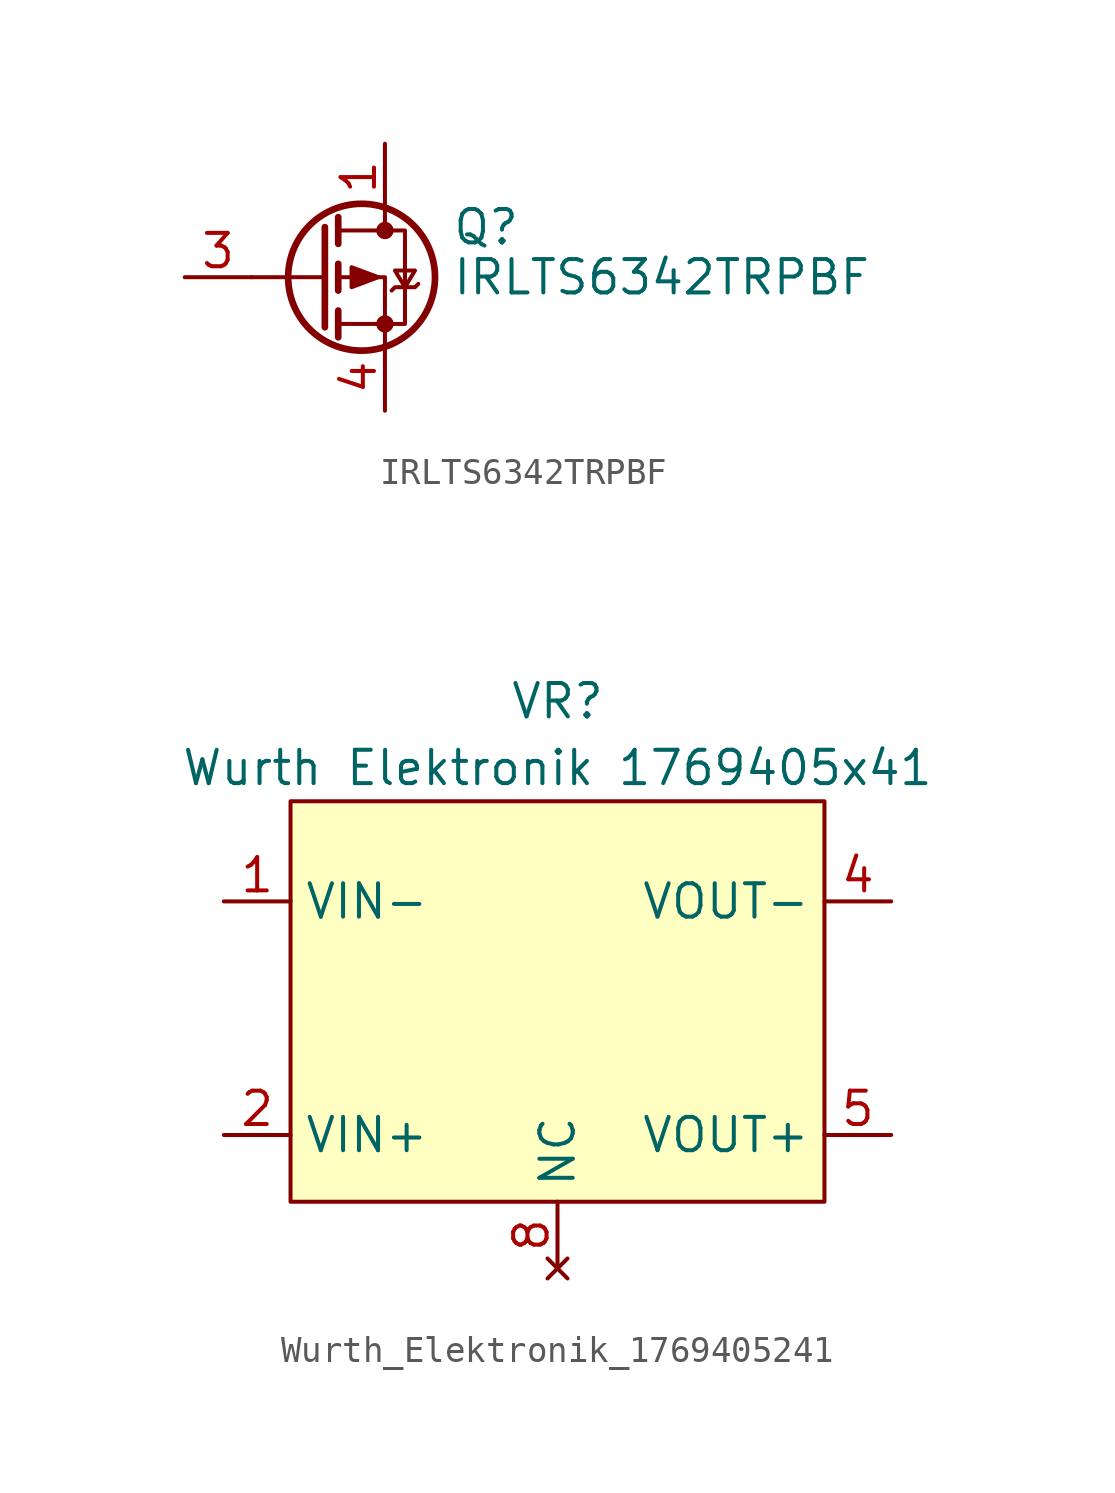
<source format=kicad_sym>
(kicad_symbol_lib
  (version 20220914)
  (generator kicad_symbol_editor)
  (symbol "IRLTS6342TRPBF"
    (pin_names hide)
    (property "Reference" "Q"
      (at 5.08 1.905 0)
      (effects (font (size 1.27 1.27)) (justify left)))
    (property "Value" "IRLTS6342TRPBF"
      (at 5.08 0 0)
      (effects (font (size 1.27 1.27)) (justify left)))
    (symbol "IRLTS6342TRPBF_0_1"
      (polyline (pts (xy 0.254 0) (xy -2.54 0)) (stroke (width 0) (type default)) (fill (type none)))
      (polyline (pts (xy 0.254 1.905) (xy 0.254 -1.905)) (stroke (width 0.254) (type default)) (fill (type none)))
      (polyline (pts (xy 0.762 -1.27) (xy 0.762 -2.286)) (stroke (width 0.254) (type default)) (fill (type none)))
      (polyline (pts (xy 0.762 0.508) (xy 0.762 -0.508)) (stroke (width 0.254) (type default)) (fill (type none)))
      (polyline (pts (xy 0.762 2.286) (xy 0.762 1.27)) (stroke (width 0.254) (type default)) (fill (type none)))
      (polyline (pts (xy 2.54 2.54) (xy 2.54 1.778)) (stroke (width 0) (type default)) (fill (type none)))
      (polyline (pts (xy 2.54 -2.54) (xy 2.54 0) (xy 0.762 0)) (stroke (width 0) (type default)) (fill (type none)))
      (polyline (pts (xy 0.762 1.778) (xy 3.302 1.778) (xy 3.302 -1.778) (xy 0.762 -1.778)) (stroke (width 0) (type default)) (fill (type none)))
      (polyline (pts (xy 2.286 0) (xy 1.27 0.381) (xy 1.27 -0.381) (xy 2.286 0)) (stroke (width 0) (type default)) (fill (type outline)))
      (polyline (pts (xy 2.794 -0.508) (xy 2.921 -0.381) (xy 3.683 -0.381) (xy 3.81 -0.254)) (stroke (width 0) (type default)) (fill (type none)))
      (polyline (pts (xy 3.302 -0.381) (xy 2.921 0.254) (xy 3.683 0.254) (xy 3.302 -0.381)) (stroke (width 0) (type default)) (fill (type none)))
      (circle (center 1.651 0) (radius 2.794) (stroke (width 0.254) (type default)) (fill (type none)))
      (circle (center 2.54 -1.778) (radius 0.254) (stroke (width 0) (type default)) (fill (type outline)))
      (circle (center 2.54 1.778) (radius 0.254) (stroke (width 0) (type default)) (fill (type outline))))
    (symbol "IRLTS6342TRPBF_1_1"
      (pin passive line (at 2.54 5.08 270) (length 2.54) (name "D" (effects (font (size 1.27 1.27)))) (number "1" (effects (font (size 1.27 1.27)))))
      (pin passive line (at 2.54 5.08 270) (length 2.54) hide (name "D" (effects (font (size 1.27 1.27)))) (number "2" (effects (font (size 1.27 1.27)))))
      (pin input line (at -5.08 0 0) (length 2.54) (name "G" (effects (font (size 1.27 1.27)))) (number "3" (effects (font (size 1.27 1.27)))))
      (pin passive line (at 2.54 -5.08 90) (length 2.54) (name "S" (effects (font (size 1.27 1.27)))) (number "4" (effects (font (size 1.27 1.27)))))
      (pin passive line (at 2.54 5.08 270) (length 2.54) hide (name "D" (effects (font (size 1.27 1.27)))) (number "5" (effects (font (size 1.27 1.27)))))
      (pin passive line (at 2.54 5.08 270) (length 2.54) hide (name "D" (effects (font (size 1.27 1.27)))) (number "6" (effects (font (size 1.27 1.27)))))))
  (symbol "Wurth_Elektronik_1769405241"
    (property "Reference" "VR"
      (at 0 11.43 0)
      (effects (font (size 1.27 1.27))))
    (property "Value" "Wurth Elektronik 1769405x41"
      (at 0 8.89 0)
      (effects (font (size 1.27 1.27))))
    (symbol "Wurth_Elektronik_1769405241_1_0"
      (pin power_in line (at -12.7 3.81 0) (length 2.54) (name "VIN-" (effects (font (size 1.27 1.27)))) (number "1" (effects (font (size 1.27 1.27)))))
      (pin power_in line (at -12.7 -5.08 0) (length 2.54) (name "VIN+" (effects (font (size 1.27 1.27)))) (number "2" (effects (font (size 1.27 1.27)))))
      (pin power_out line (at 12.7 3.81 180) (length 2.54) (name "VOUT-" (effects (font (size 1.27 1.27)))) (number "4" (effects (font (size 1.27 1.27)))))
      (pin power_out line (at 12.7 -5.08 180) (length 2.54) (name "VOUT+" (effects (font (size 1.27 1.27)))) (number "5" (effects (font (size 1.27 1.27)))))
      (pin no_connect line (at 0 -10.16 90) (length 2.54) (name "NC" (effects (font (size 1.27 1.27)))) (number "8" (effects (font (size 1.27 1.27))))))
    (symbol "Wurth_Elektronik_1769405241_1_1"
      (rectangle (start -10.16 7.62) (end 10.16 -7.62) (stroke (width 0) (type default)) (fill (type background))))))
</source>
